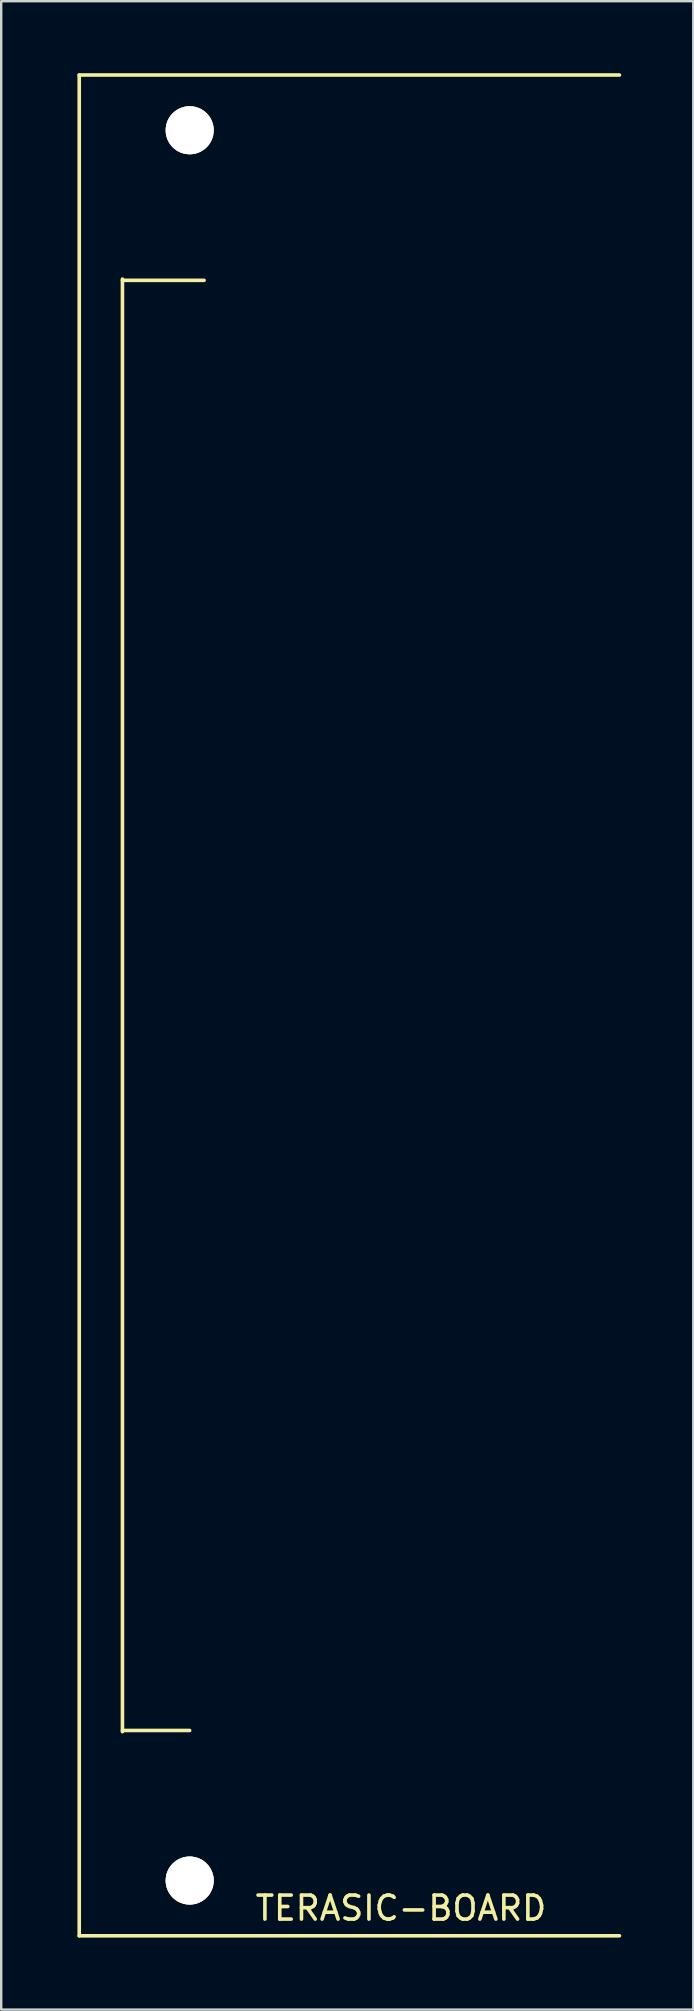
<source format=kicad_pcb>
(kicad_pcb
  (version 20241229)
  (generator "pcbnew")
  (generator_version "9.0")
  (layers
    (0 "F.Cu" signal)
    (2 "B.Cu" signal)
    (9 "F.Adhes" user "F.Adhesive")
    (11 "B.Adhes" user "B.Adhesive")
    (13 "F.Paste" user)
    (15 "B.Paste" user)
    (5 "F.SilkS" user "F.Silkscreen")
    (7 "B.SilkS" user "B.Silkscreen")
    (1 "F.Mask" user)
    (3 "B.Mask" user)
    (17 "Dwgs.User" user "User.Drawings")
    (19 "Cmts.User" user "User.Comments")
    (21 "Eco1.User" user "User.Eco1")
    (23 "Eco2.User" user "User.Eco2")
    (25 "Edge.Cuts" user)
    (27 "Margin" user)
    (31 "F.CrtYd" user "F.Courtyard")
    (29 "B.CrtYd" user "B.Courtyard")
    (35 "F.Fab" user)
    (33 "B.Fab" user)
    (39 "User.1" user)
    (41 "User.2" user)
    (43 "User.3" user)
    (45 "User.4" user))
  (footprint "TERASIC-BOARD"
    (layer "F.Cu")
    (at 0.25 38.825)
    (property "Reference" "TERASIC-BOARD" (at 13.4 37.6 0) (layer "F.SilkS") (effects (font (size 1 1) (thickness 0.15))))
    (attr through_hole)
    (fp_line (start 0 -38.75) (end 0 38.75) (stroke (width 0.15) (type solid)) (layer "F.SilkS"))
    (fp_line (start 0 -38.75) (end 22.5 -38.75) (stroke (width 0.15) (type solid)) (layer "F.SilkS"))
    (fp_line (start 0 38.75) (end 22.5 38.75) (stroke (width 0.15) (type solid)) (layer "F.SilkS"))
    (fp_line (start 1.8 -30.25) (end 1.8 30.25) (stroke (width 0.15) (type solid)) (layer "F.SilkS"))
    (fp_line (start 1.8 -30.2) (end 5.2 -30.2) (stroke (width 0.15) (type solid)) (layer "F.SilkS"))
    (fp_line (start 1.8 30.2) (end 4.6 30.2) (stroke (width 0.15) (type solid)) (layer "F.SilkS"))
    (pad "~" thru_hole circle (at 4.6 -36.45) (size 2 2) (drill 2) (layers "*.Cu" "*.Mask" "F.SilkS"))
    (pad "~" thru_hole circle (at 4.6 36.45) (size 2 2) (drill 2) (layers "*.Cu" "*.Mask" "F.SilkS")))
  (gr_rect
    (start -3 -3)
    (end 25.825 80.65)
    (stroke (width 0.1) (type default))
    (fill no)
    (layer "Edge.Cuts")))
</source>
